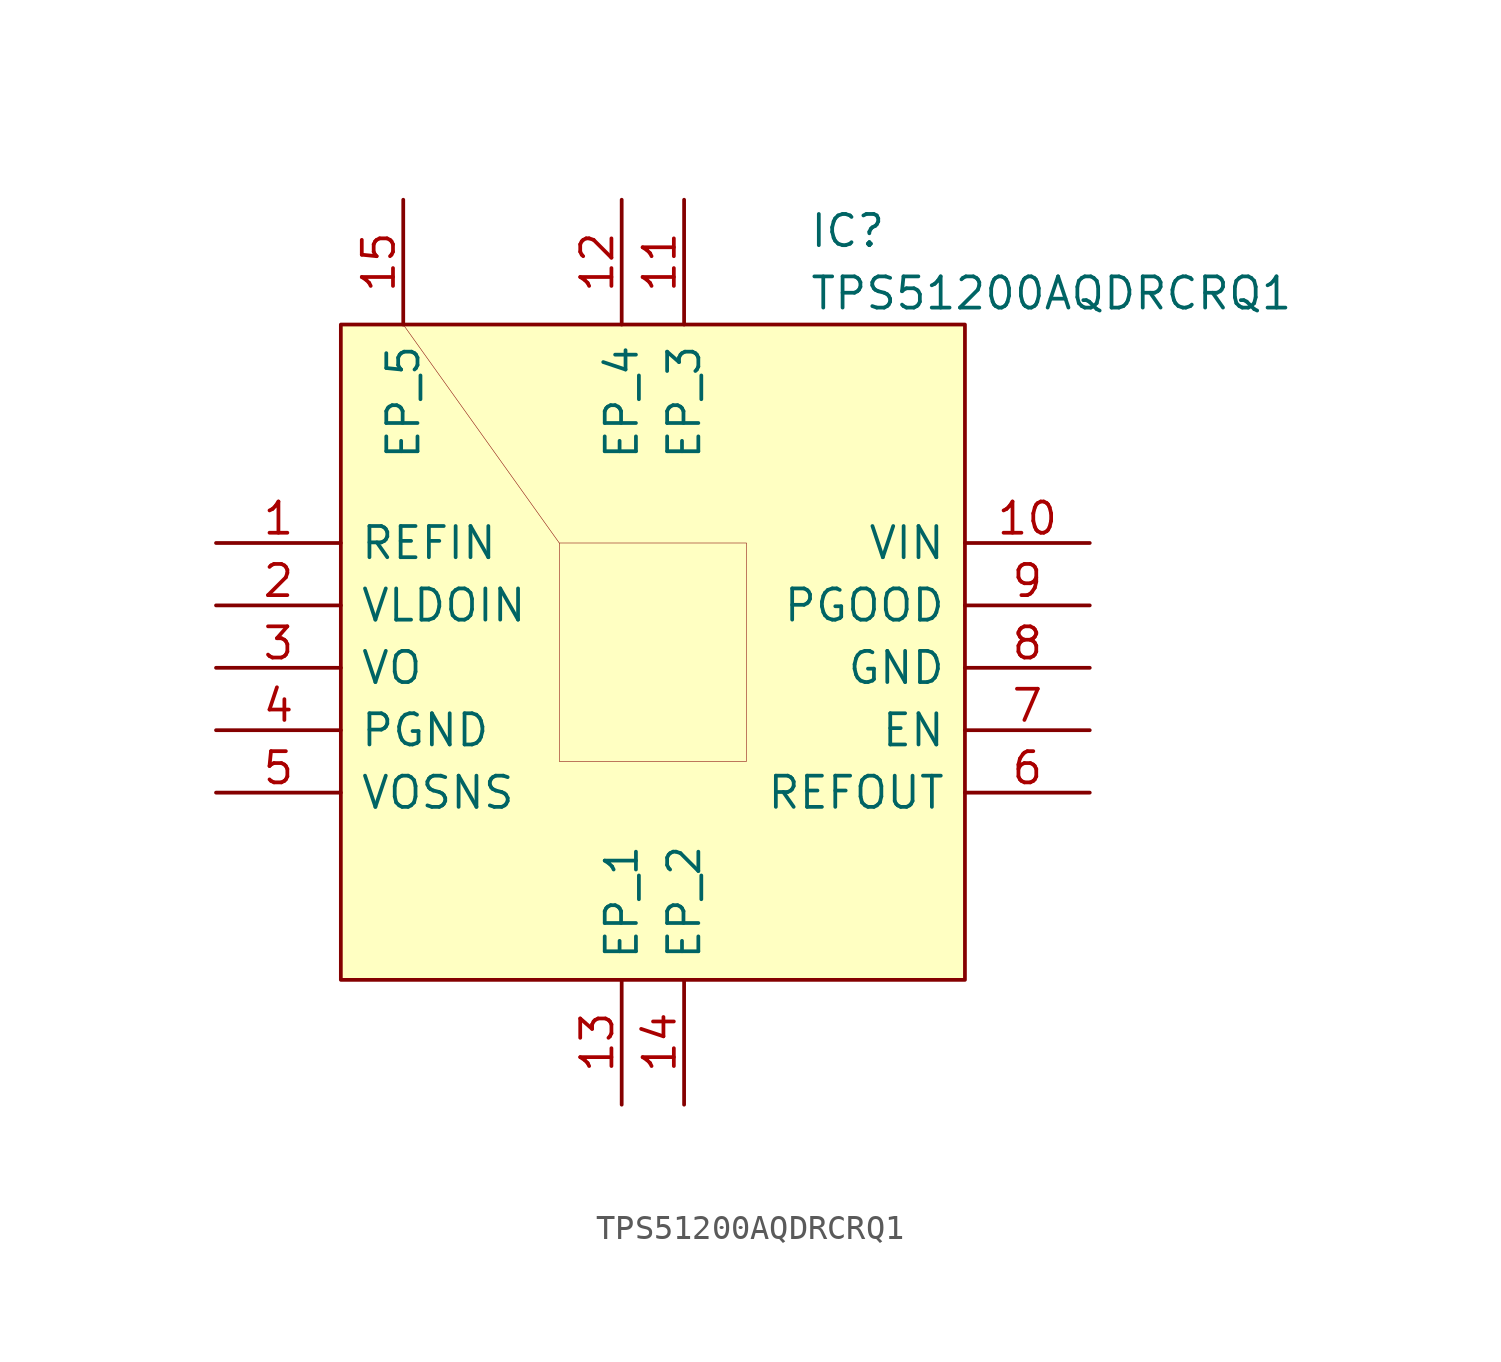
<source format=kicad_sym>
(kicad_symbol_lib
  (version 20201005)
  (generator kicad_symbol_editor)
  (symbol "TPS51200AQDRCRQ1:TPS51200AQDRCRQ1"
    (pin_names
      (offset 0.762))
    (property "Reference" "IC"
      (at 6.35 16.51 0)
      (effects (font (size 1.27 1.27)) (justify left)))
    (property "Value" "TPS51200AQDRCRQ1"
      (at 6.35 13.97 0)
      (effects (font (size 1.27 1.27)) (justify left)))
    (symbol "TPS51200AQDRCRQ1_0_0"
      (pin passive line (at -17.78 3.81 0) (length 5.08) (name "REFIN" (effects (font (size 1.27 1.27)))) (number "1" (effects (font (size 1.27 1.27)))))
      (pin passive line (at -17.78 1.27 0) (length 5.08) (name "VLDOIN" (effects (font (size 1.27 1.27)))) (number "2" (effects (font (size 1.27 1.27)))))
      (pin passive line (at -17.78 -1.27 0) (length 5.08) (name "VO" (effects (font (size 1.27 1.27)))) (number "3" (effects (font (size 1.27 1.27)))))
      (pin passive line (at -17.78 -3.81 0) (length 5.08) (name "PGND" (effects (font (size 1.27 1.27)))) (number "4" (effects (font (size 1.27 1.27)))))
      (pin passive line (at -17.78 -6.35 0) (length 5.08) (name "VOSNS" (effects (font (size 1.27 1.27)))) (number "5" (effects (font (size 1.27 1.27)))))
      (pin passive line (at 17.78 -6.35 180) (length 5.08) (name "REFOUT" (effects (font (size 1.27 1.27)))) (number "6" (effects (font (size 1.27 1.27)))))
      (pin passive line (at 17.78 -3.81 180) (length 5.08) (name "EN" (effects (font (size 1.27 1.27)))) (number "7" (effects (font (size 1.27 1.27)))))
      (pin passive line (at 17.78 -1.27 180) (length 5.08) (name "GND" (effects (font (size 1.27 1.27)))) (number "8" (effects (font (size 1.27 1.27)))))
      (pin passive line (at 17.78 1.27 180) (length 5.08) (name "PGOOD" (effects (font (size 1.27 1.27)))) (number "9" (effects (font (size 1.27 1.27)))))
      (pin passive line (at 17.78 3.81 180) (length 5.08) (name "VIN" (effects (font (size 1.27 1.27)))) (number "10" (effects (font (size 1.27 1.27)))))
      (pin passive line (at 1.27 17.78 270) (length 5.08) (name "EP_3" (effects (font (size 1.27 1.27)))) (number "11" (effects (font (size 1.27 1.27)))))
      (pin passive line (at -1.27 -19.05 90) (length 5.08) (name "EP_1" (effects (font (size 1.27 1.27)))) (number "13" (effects (font (size 1.27 1.27)))))
      (pin passive line (at 1.27 -19.05 90) (length 5.08) (name "EP_2" (effects (font (size 1.27 1.27)))) (number "14" (effects (font (size 1.27 1.27)))))
      (pin passive line (at -1.27 17.78 270) (length 5.08) (name "EP_4" (effects (font (size 1.27 1.27)))) (number "12" (effects (font (size 1.27 1.27)))))
      (pin passive line (at -10.16 17.78 270) (length 5.08) (name "EP_5" (effects (font (size 1.27 1.27)))) (number "15" (effects (font (size 1.27 1.27))))))
    (symbol "TPS51200AQDRCRQ1_0_1"
      (polyline (pts (xy -12.7 12.7) (xy 12.7 12.7) (xy 12.7 -13.97) (xy -12.7 -13.97) (xy -12.7 12.7)) (stroke (width 0.152)) (fill (type background)))
      (polyline (pts (xy -10.16 12.7) (xy -3.81 3.81) (xy -3.81 -5.08) (xy 3.81 -5.08) (xy 3.81 3.81) (xy -3.81 3.81)) (stroke (width 0.001)) (fill (type none))))))
</source>
